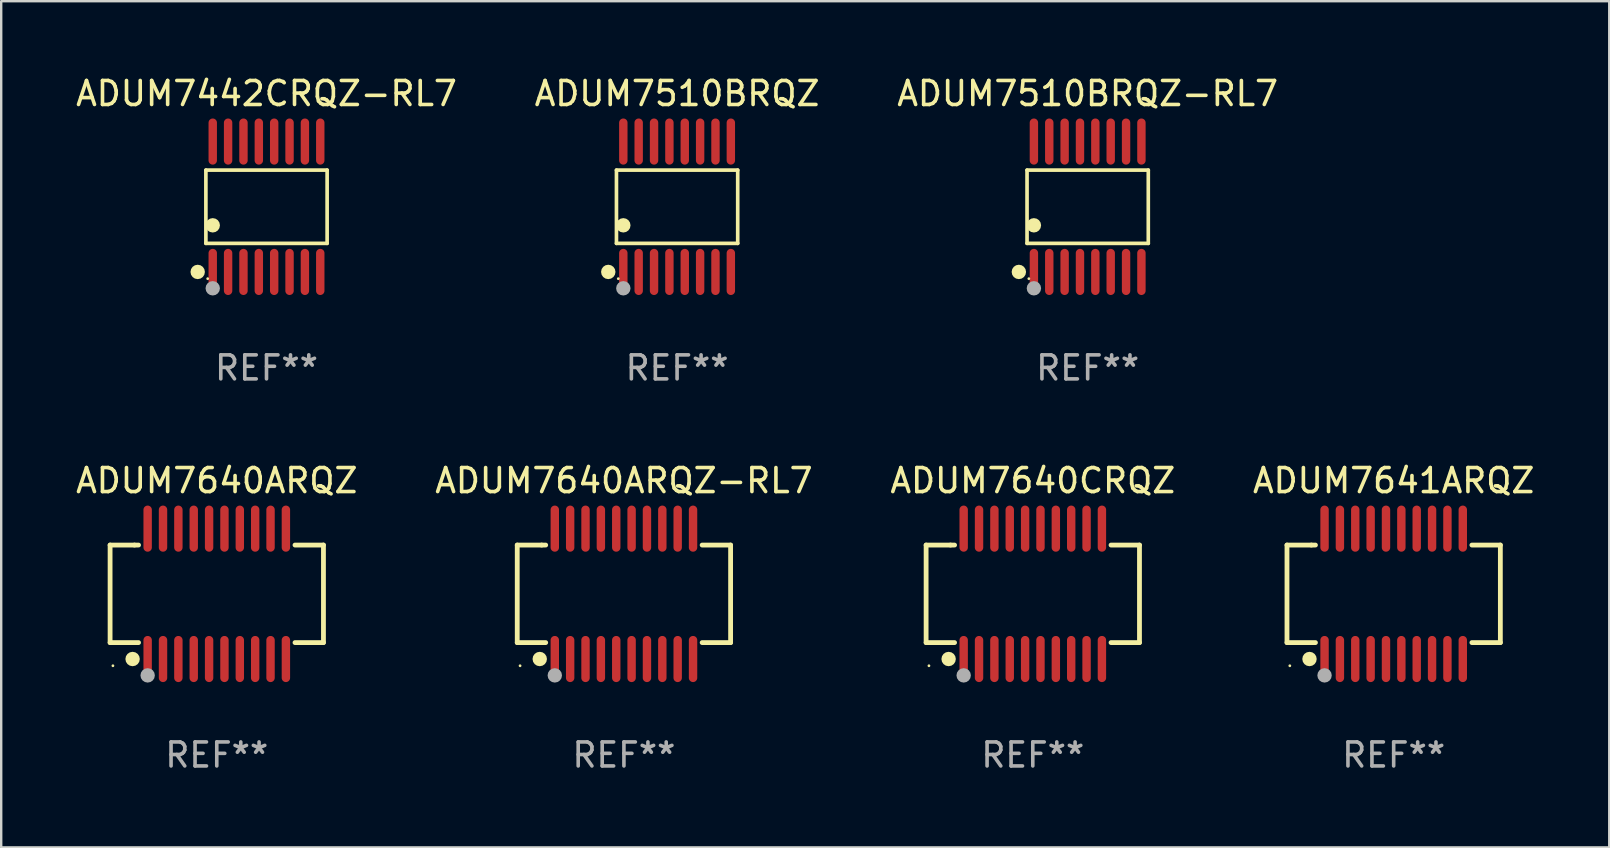
<source format=kicad_pcb>
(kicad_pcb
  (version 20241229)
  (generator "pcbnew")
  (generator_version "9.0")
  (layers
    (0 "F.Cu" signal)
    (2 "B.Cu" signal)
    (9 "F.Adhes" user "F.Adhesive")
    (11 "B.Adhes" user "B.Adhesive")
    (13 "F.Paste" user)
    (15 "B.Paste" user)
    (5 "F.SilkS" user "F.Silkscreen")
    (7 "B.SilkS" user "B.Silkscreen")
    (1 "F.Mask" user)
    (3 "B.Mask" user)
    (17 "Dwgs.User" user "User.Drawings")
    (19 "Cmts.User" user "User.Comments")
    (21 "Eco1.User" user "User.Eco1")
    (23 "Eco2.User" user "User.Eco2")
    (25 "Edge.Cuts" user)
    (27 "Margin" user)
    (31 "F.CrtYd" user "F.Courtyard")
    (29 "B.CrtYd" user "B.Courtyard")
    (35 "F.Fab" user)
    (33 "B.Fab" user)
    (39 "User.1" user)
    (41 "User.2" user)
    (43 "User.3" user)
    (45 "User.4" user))
  (footprint "ADUM7640CRQZ"
    (layer "F.Cu")
    (at 39.982 21.692)
    (property "Reference" "ADUM7640CRQZ" (at 0 -4.716 0) (layer "F.SilkS") (effects (font (size 1 1) (thickness 0.15))))
    (attr through_hole)
    (fp_line (start -4.445 -2.032) (end -4.445 2.032) (stroke (width 0.2) (type solid)) (layer "F.SilkS"))
    (fp_line (start -4.445 2.032) (end -3.259 2.032) (stroke (width 0.2) (type solid)) (layer "F.SilkS"))
    (fp_line (start -3.429 -2.032) (end -4.445 -2.032) (stroke (width 0.2) (type solid)) (layer "F.SilkS"))
    (fp_line (start -3.259 -2.032) (end -3.429 -2.032) (stroke (width 0.2) (type solid)) (layer "F.SilkS"))
    (fp_line (start 3.259 2.032) (end 4.445 2.032) (stroke (width 0.2) (type solid)) (layer "F.SilkS"))
    (fp_line (start 4.445 -2.032) (end 3.259 -2.032) (stroke (width 0.2) (type solid)) (layer "F.SilkS"))
    (fp_line (start 4.445 2.032) (end 4.445 -2.032) (stroke (width 0.2) (type solid)) (layer "F.SilkS"))
    (fp_circle (center -4.327 2.997) (end -4.297 2.997) (stroke (width 0.06) (type solid)) (fill no) (layer "F.SilkS"))
    (fp_circle (center -3.507 2.716) (end -3.357 2.716) (stroke (width 0.3) (type solid)) (fill no) (layer "F.SilkS"))
    (fp_circle (center -2.88 3.398) (end -2.73 3.398) (stroke (width 0.3) (type solid)) (fill no) (layer "F.Fab"))
    (fp_text user "REF**" (at 0 6.716 0) (layer "F.Fab") (effects (font (size 1 1) (thickness 0.15))))
    (pad "1" smd oval (at -2.88 2.716) (size 0.35 1.922) (layers "F.Cu" "F.Mask" "F.Paste"))
    (pad "2" smd oval (at -2.24 2.716) (size 0.35 1.922) (layers "F.Cu" "F.Mask" "F.Paste"))
    (pad "3" smd oval (at -1.6 2.716) (size 0.35 1.922) (layers "F.Cu" "F.Mask" "F.Paste"))
    (pad "4" smd oval (at -0.96 2.716) (size 0.35 1.922) (layers "F.Cu" "F.Mask" "F.Paste"))
    (pad "5" smd oval (at -0.32 2.716) (size 0.35 1.922) (layers "F.Cu" "F.Mask" "F.Paste"))
    (pad "6" smd oval (at 0.32 2.716) (size 0.35 1.922) (layers "F.Cu" "F.Mask" "F.Paste"))
    (pad "7" smd oval (at 0.96 2.716) (size 0.35 1.922) (layers "F.Cu" "F.Mask" "F.Paste"))
    (pad "8" smd oval (at 1.6 2.716) (size 0.35 1.922) (layers "F.Cu" "F.Mask" "F.Paste"))
    (pad "9" smd oval (at 2.24 2.716) (size 0.35 1.922) (layers "F.Cu" "F.Mask" "F.Paste"))
    (pad "10" smd oval (at 2.88 2.716) (size 0.35 1.922) (layers "F.Cu" "F.Mask" "F.Paste"))
    (pad "11" smd oval (at 2.88 -2.716) (size 0.35 1.922) (layers "F.Cu" "F.Mask" "F.Paste"))
    (pad "12" smd oval (at 2.24 -2.716) (size 0.35 1.922) (layers "F.Cu" "F.Mask" "F.Paste"))
    (pad "13" smd oval (at 1.6 -2.716) (size 0.35 1.922) (layers "F.Cu" "F.Mask" "F.Paste"))
    (pad "14" smd oval (at 0.96 -2.716) (size 0.35 1.922) (layers "F.Cu" "F.Mask" "F.Paste"))
    (pad "15" smd oval (at 0.32 -2.716) (size 0.35 1.922) (layers "F.Cu" "F.Mask" "F.Paste"))
    (pad "16" smd oval (at -0.32 -2.716) (size 0.35 1.922) (layers "F.Cu" "F.Mask" "F.Paste"))
    (pad "17" smd oval (at -0.96 -2.716) (size 0.35 1.922) (layers "F.Cu" "F.Mask" "F.Paste"))
    (pad "18" smd oval (at -1.6 -2.716) (size 0.35 1.922) (layers "F.Cu" "F.Mask" "F.Paste"))
    (pad "19" smd oval (at -2.24 -2.716) (size 0.35 1.922) (layers "F.Cu" "F.Mask" "F.Paste"))
    (pad "20" smd oval (at -2.88 -2.716) (size 0.35 1.922) (layers "F.Cu" "F.Mask" "F.Paste")))
  (footprint "ADUM7510BRQZ-RL7"
    (layer "F.Cu")
    (at 42.268 5.564)
    (property "Reference" "ADUM7510BRQZ-RL7" (at 0 -4.716 0) (layer "F.SilkS") (effects (font (size 1 1) (thickness 0.15))))
    (attr through_hole)
    (fp_line (start -2.526 -1.526) (end 2.526 -1.526) (stroke (width 0.152) (type solid)) (layer "F.SilkS"))
    (fp_line (start -2.526 1.526) (end -2.526 -1.526) (stroke (width 0.152) (type solid)) (layer "F.SilkS"))
    (fp_line (start 2.526 -1.526) (end 2.526 1.526) (stroke (width 0.152) (type solid)) (layer "F.SilkS"))
    (fp_line (start 2.526 1.526) (end -2.526 1.526) (stroke (width 0.152) (type solid)) (layer "F.SilkS"))
    (fp_circle (center -2.867 2.716) (end -2.717 2.716) (stroke (width 0.3) (type solid)) (fill no) (layer "F.SilkS"))
    (fp_circle (center -2.45 2.997) (end -2.42 2.997) (stroke (width 0.06) (type solid)) (fill no) (layer "F.SilkS"))
    (fp_circle (center -2.24 0.774) (end -2.09 0.774) (stroke (width 0.3) (type solid)) (fill no) (layer "F.SilkS"))
    (fp_circle (center -2.24 3.398) (end -2.09 3.398) (stroke (width 0.3) (type solid)) (fill no) (layer "F.Fab"))
    (fp_text user "REF**" (at 0 6.716 0) (layer "F.Fab") (effects (font (size 1 1) (thickness 0.15))))
    (pad "1" smd oval (at -2.24 2.716) (size 0.35 1.922) (layers "F.Cu" "F.Mask" "F.Paste"))
    (pad "2" smd oval (at -1.6 2.716) (size 0.35 1.922) (layers "F.Cu" "F.Mask" "F.Paste"))
    (pad "3" smd oval (at -0.96 2.716) (size 0.35 1.922) (layers "F.Cu" "F.Mask" "F.Paste"))
    (pad "4" smd oval (at -0.32 2.716) (size 0.35 1.922) (layers "F.Cu" "F.Mask" "F.Paste"))
    (pad "5" smd oval (at 0.32 2.716) (size 0.35 1.922) (layers "F.Cu" "F.Mask" "F.Paste"))
    (pad "6" smd oval (at 0.96 2.716) (size 0.35 1.922) (layers "F.Cu" "F.Mask" "F.Paste"))
    (pad "7" smd oval (at 1.6 2.716) (size 0.35 1.922) (layers "F.Cu" "F.Mask" "F.Paste"))
    (pad "8" smd oval (at 2.24 2.716) (size 0.35 1.922) (layers "F.Cu" "F.Mask" "F.Paste"))
    (pad "9" smd oval (at 2.24 -2.716) (size 0.35 1.922) (layers "F.Cu" "F.Mask" "F.Paste"))
    (pad "10" smd oval (at 1.6 -2.716) (size 0.35 1.922) (layers "F.Cu" "F.Mask" "F.Paste"))
    (pad "11" smd oval (at 0.96 -2.716) (size 0.35 1.922) (layers "F.Cu" "F.Mask" "F.Paste"))
    (pad "12" smd oval (at 0.32 -2.716) (size 0.35 1.922) (layers "F.Cu" "F.Mask" "F.Paste"))
    (pad "13" smd oval (at -0.32 -2.716) (size 0.35 1.922) (layers "F.Cu" "F.Mask" "F.Paste"))
    (pad "14" smd oval (at -0.96 -2.716) (size 0.35 1.922) (layers "F.Cu" "F.Mask" "F.Paste"))
    (pad "15" smd oval (at -1.6 -2.716) (size 0.35 1.922) (layers "F.Cu" "F.Mask" "F.Paste"))
    (pad "16" smd oval (at -2.24 -2.716) (size 0.35 1.922) (layers "F.Cu" "F.Mask" "F.Paste")))
  (footprint "ADUM7640ARQZ"
    (layer "F.Cu")
    (at 5.982 21.692)
    (property "Reference" "ADUM7640ARQZ" (at 0 -4.716 0) (layer "F.SilkS") (effects (font (size 1 1) (thickness 0.15))))
    (attr through_hole)
    (fp_line (start -4.445 -2.032) (end -4.445 2.032) (stroke (width 0.2) (type solid)) (layer "F.SilkS"))
    (fp_line (start -4.445 2.032) (end -3.259 2.032) (stroke (width 0.2) (type solid)) (layer "F.SilkS"))
    (fp_line (start -3.429 -2.032) (end -4.445 -2.032) (stroke (width 0.2) (type solid)) (layer "F.SilkS"))
    (fp_line (start -3.259 -2.032) (end -3.429 -2.032) (stroke (width 0.2) (type solid)) (layer "F.SilkS"))
    (fp_line (start 3.259 2.032) (end 4.445 2.032) (stroke (width 0.2) (type solid)) (layer "F.SilkS"))
    (fp_line (start 4.445 -2.032) (end 3.259 -2.032) (stroke (width 0.2) (type solid)) (layer "F.SilkS"))
    (fp_line (start 4.445 2.032) (end 4.445 -2.032) (stroke (width 0.2) (type solid)) (layer "F.SilkS"))
    (fp_circle (center -4.327 2.997) (end -4.297 2.997) (stroke (width 0.06) (type solid)) (fill no) (layer "F.SilkS"))
    (fp_circle (center -3.507 2.716) (end -3.357 2.716) (stroke (width 0.3) (type solid)) (fill no) (layer "F.SilkS"))
    (fp_circle (center -2.88 3.398) (end -2.73 3.398) (stroke (width 0.3) (type solid)) (fill no) (layer "F.Fab"))
    (fp_text user "REF**" (at 0 6.716 0) (layer "F.Fab") (effects (font (size 1 1) (thickness 0.15))))
    (pad "1" smd oval (at -2.88 2.716) (size 0.35 1.922) (layers "F.Cu" "F.Mask" "F.Paste"))
    (pad "2" smd oval (at -2.24 2.716) (size 0.35 1.922) (layers "F.Cu" "F.Mask" "F.Paste"))
    (pad "3" smd oval (at -1.6 2.716) (size 0.35 1.922) (layers "F.Cu" "F.Mask" "F.Paste"))
    (pad "4" smd oval (at -0.96 2.716) (size 0.35 1.922) (layers "F.Cu" "F.Mask" "F.Paste"))
    (pad "5" smd oval (at -0.32 2.716) (size 0.35 1.922) (layers "F.Cu" "F.Mask" "F.Paste"))
    (pad "6" smd oval (at 0.32 2.716) (size 0.35 1.922) (layers "F.Cu" "F.Mask" "F.Paste"))
    (pad "7" smd oval (at 0.96 2.716) (size 0.35 1.922) (layers "F.Cu" "F.Mask" "F.Paste"))
    (pad "8" smd oval (at 1.6 2.716) (size 0.35 1.922) (layers "F.Cu" "F.Mask" "F.Paste"))
    (pad "9" smd oval (at 2.24 2.716) (size 0.35 1.922) (layers "F.Cu" "F.Mask" "F.Paste"))
    (pad "10" smd oval (at 2.88 2.716) (size 0.35 1.922) (layers "F.Cu" "F.Mask" "F.Paste"))
    (pad "11" smd oval (at 2.88 -2.716) (size 0.35 1.922) (layers "F.Cu" "F.Mask" "F.Paste"))
    (pad "12" smd oval (at 2.24 -2.716) (size 0.35 1.922) (layers "F.Cu" "F.Mask" "F.Paste"))
    (pad "13" smd oval (at 1.6 -2.716) (size 0.35 1.922) (layers "F.Cu" "F.Mask" "F.Paste"))
    (pad "14" smd oval (at 0.96 -2.716) (size 0.35 1.922) (layers "F.Cu" "F.Mask" "F.Paste"))
    (pad "15" smd oval (at 0.32 -2.716) (size 0.35 1.922) (layers "F.Cu" "F.Mask" "F.Paste"))
    (pad "16" smd oval (at -0.32 -2.716) (size 0.35 1.922) (layers "F.Cu" "F.Mask" "F.Paste"))
    (pad "17" smd oval (at -0.96 -2.716) (size 0.35 1.922) (layers "F.Cu" "F.Mask" "F.Paste"))
    (pad "18" smd oval (at -1.6 -2.716) (size 0.35 1.922) (layers "F.Cu" "F.Mask" "F.Paste"))
    (pad "19" smd oval (at -2.24 -2.716) (size 0.35 1.922) (layers "F.Cu" "F.Mask" "F.Paste"))
    (pad "20" smd oval (at -2.88 -2.716) (size 0.35 1.922) (layers "F.Cu" "F.Mask" "F.Paste")))
  (footprint "ADUM7442CRQZ-RL7"
    (layer "F.Cu")
    (at 8.054 5.564)
    (property "Reference" "ADUM7442CRQZ-RL7" (at 0 -4.716 0) (layer "F.SilkS") (effects (font (size 1 1) (thickness 0.15))))
    (attr through_hole)
    (fp_line (start -2.526 -1.526) (end 2.526 -1.526) (stroke (width 0.152) (type solid)) (layer "F.SilkS"))
    (fp_line (start -2.526 1.526) (end -2.526 -1.526) (stroke (width 0.152) (type solid)) (layer "F.SilkS"))
    (fp_line (start 2.526 -1.526) (end 2.526 1.526) (stroke (width 0.152) (type solid)) (layer "F.SilkS"))
    (fp_line (start 2.526 1.526) (end -2.526 1.526) (stroke (width 0.152) (type solid)) (layer "F.SilkS"))
    (fp_circle (center -2.867 2.716) (end -2.717 2.716) (stroke (width 0.3) (type solid)) (fill no) (layer "F.SilkS"))
    (fp_circle (center -2.45 2.997) (end -2.42 2.997) (stroke (width 0.06) (type solid)) (fill no) (layer "F.SilkS"))
    (fp_circle (center -2.24 0.774) (end -2.09 0.774) (stroke (width 0.3) (type solid)) (fill no) (layer "F.SilkS"))
    (fp_circle (center -2.24 3.398) (end -2.09 3.398) (stroke (width 0.3) (type solid)) (fill no) (layer "F.Fab"))
    (fp_text user "REF**" (at 0 6.716 0) (layer "F.Fab") (effects (font (size 1 1) (thickness 0.15))))
    (pad "1" smd oval (at -2.24 2.716) (size 0.35 1.922) (layers "F.Cu" "F.Mask" "F.Paste"))
    (pad "2" smd oval (at -1.6 2.716) (size 0.35 1.922) (layers "F.Cu" "F.Mask" "F.Paste"))
    (pad "3" smd oval (at -0.96 2.716) (size 0.35 1.922) (layers "F.Cu" "F.Mask" "F.Paste"))
    (pad "4" smd oval (at -0.32 2.716) (size 0.35 1.922) (layers "F.Cu" "F.Mask" "F.Paste"))
    (pad "5" smd oval (at 0.32 2.716) (size 0.35 1.922) (layers "F.Cu" "F.Mask" "F.Paste"))
    (pad "6" smd oval (at 0.96 2.716) (size 0.35 1.922) (layers "F.Cu" "F.Mask" "F.Paste"))
    (pad "7" smd oval (at 1.6 2.716) (size 0.35 1.922) (layers "F.Cu" "F.Mask" "F.Paste"))
    (pad "8" smd oval (at 2.24 2.716) (size 0.35 1.922) (layers "F.Cu" "F.Mask" "F.Paste"))
    (pad "9" smd oval (at 2.24 -2.716) (size 0.35 1.922) (layers "F.Cu" "F.Mask" "F.Paste"))
    (pad "10" smd oval (at 1.6 -2.716) (size 0.35 1.922) (layers "F.Cu" "F.Mask" "F.Paste"))
    (pad "11" smd oval (at 0.96 -2.716) (size 0.35 1.922) (layers "F.Cu" "F.Mask" "F.Paste"))
    (pad "12" smd oval (at 0.32 -2.716) (size 0.35 1.922) (layers "F.Cu" "F.Mask" "F.Paste"))
    (pad "13" smd oval (at -0.32 -2.716) (size 0.35 1.922) (layers "F.Cu" "F.Mask" "F.Paste"))
    (pad "14" smd oval (at -0.96 -2.716) (size 0.35 1.922) (layers "F.Cu" "F.Mask" "F.Paste"))
    (pad "15" smd oval (at -1.6 -2.716) (size 0.35 1.922) (layers "F.Cu" "F.Mask" "F.Paste"))
    (pad "16" smd oval (at -2.24 -2.716) (size 0.35 1.922) (layers "F.Cu" "F.Mask" "F.Paste")))
  (footprint "ADUM7641ARQZ"
    (layer "F.Cu")
    (at 55.018 21.692)
    (property "Reference" "ADUM7641ARQZ" (at 0 -4.716 0) (layer "F.SilkS") (effects (font (size 1 1) (thickness 0.15))))
    (attr through_hole)
    (fp_line (start -4.445 -2.032) (end -4.445 2.032) (stroke (width 0.2) (type solid)) (layer "F.SilkS"))
    (fp_line (start -4.445 2.032) (end -3.259 2.032) (stroke (width 0.2) (type solid)) (layer "F.SilkS"))
    (fp_line (start -3.429 -2.032) (end -4.445 -2.032) (stroke (width 0.2) (type solid)) (layer "F.SilkS"))
    (fp_line (start -3.259 -2.032) (end -3.429 -2.032) (stroke (width 0.2) (type solid)) (layer "F.SilkS"))
    (fp_line (start 3.259 2.032) (end 4.445 2.032) (stroke (width 0.2) (type solid)) (layer "F.SilkS"))
    (fp_line (start 4.445 -2.032) (end 3.259 -2.032) (stroke (width 0.2) (type solid)) (layer "F.SilkS"))
    (fp_line (start 4.445 2.032) (end 4.445 -2.032) (stroke (width 0.2) (type solid)) (layer "F.SilkS"))
    (fp_circle (center -4.327 2.997) (end -4.297 2.997) (stroke (width 0.06) (type solid)) (fill no) (layer "F.SilkS"))
    (fp_circle (center -3.507 2.716) (end -3.357 2.716) (stroke (width 0.3) (type solid)) (fill no) (layer "F.SilkS"))
    (fp_circle (center -2.88 3.398) (end -2.73 3.398) (stroke (width 0.3) (type solid)) (fill no) (layer "F.Fab"))
    (fp_text user "REF**" (at 0 6.716 0) (layer "F.Fab") (effects (font (size 1 1) (thickness 0.15))))
    (pad "1" smd oval (at -2.88 2.716) (size 0.35 1.922) (layers "F.Cu" "F.Mask" "F.Paste"))
    (pad "2" smd oval (at -2.24 2.716) (size 0.35 1.922) (layers "F.Cu" "F.Mask" "F.Paste"))
    (pad "3" smd oval (at -1.6 2.716) (size 0.35 1.922) (layers "F.Cu" "F.Mask" "F.Paste"))
    (pad "4" smd oval (at -0.96 2.716) (size 0.35 1.922) (layers "F.Cu" "F.Mask" "F.Paste"))
    (pad "5" smd oval (at -0.32 2.716) (size 0.35 1.922) (layers "F.Cu" "F.Mask" "F.Paste"))
    (pad "6" smd oval (at 0.32 2.716) (size 0.35 1.922) (layers "F.Cu" "F.Mask" "F.Paste"))
    (pad "7" smd oval (at 0.96 2.716) (size 0.35 1.922) (layers "F.Cu" "F.Mask" "F.Paste"))
    (pad "8" smd oval (at 1.6 2.716) (size 0.35 1.922) (layers "F.Cu" "F.Mask" "F.Paste"))
    (pad "9" smd oval (at 2.24 2.716) (size 0.35 1.922) (layers "F.Cu" "F.Mask" "F.Paste"))
    (pad "10" smd oval (at 2.88 2.716) (size 0.35 1.922) (layers "F.Cu" "F.Mask" "F.Paste"))
    (pad "11" smd oval (at 2.88 -2.716) (size 0.35 1.922) (layers "F.Cu" "F.Mask" "F.Paste"))
    (pad "12" smd oval (at 2.24 -2.716) (size 0.35 1.922) (layers "F.Cu" "F.Mask" "F.Paste"))
    (pad "13" smd oval (at 1.6 -2.716) (size 0.35 1.922) (layers "F.Cu" "F.Mask" "F.Paste"))
    (pad "14" smd oval (at 0.96 -2.716) (size 0.35 1.922) (layers "F.Cu" "F.Mask" "F.Paste"))
    (pad "15" smd oval (at 0.32 -2.716) (size 0.35 1.922) (layers "F.Cu" "F.Mask" "F.Paste"))
    (pad "16" smd oval (at -0.32 -2.716) (size 0.35 1.922) (layers "F.Cu" "F.Mask" "F.Paste"))
    (pad "17" smd oval (at -0.96 -2.716) (size 0.35 1.922) (layers "F.Cu" "F.Mask" "F.Paste"))
    (pad "18" smd oval (at -1.6 -2.716) (size 0.35 1.922) (layers "F.Cu" "F.Mask" "F.Paste"))
    (pad "19" smd oval (at -2.24 -2.716) (size 0.35 1.922) (layers "F.Cu" "F.Mask" "F.Paste"))
    (pad "20" smd oval (at -2.88 -2.716) (size 0.35 1.922) (layers "F.Cu" "F.Mask" "F.Paste")))
  (footprint "ADUM7640ARQZ-RL7"
    (layer "F.Cu")
    (at 22.946 21.692)
    (property "Reference" "ADUM7640ARQZ-RL7" (at 0 -4.716 0) (layer "F.SilkS") (effects (font (size 1 1) (thickness 0.15))))
    (attr through_hole)
    (fp_line (start -4.445 -2.032) (end -4.445 2.032) (stroke (width 0.2) (type solid)) (layer "F.SilkS"))
    (fp_line (start -4.445 2.032) (end -3.259 2.032) (stroke (width 0.2) (type solid)) (layer "F.SilkS"))
    (fp_line (start -3.429 -2.032) (end -4.445 -2.032) (stroke (width 0.2) (type solid)) (layer "F.SilkS"))
    (fp_line (start -3.259 -2.032) (end -3.429 -2.032) (stroke (width 0.2) (type solid)) (layer "F.SilkS"))
    (fp_line (start 3.259 2.032) (end 4.445 2.032) (stroke (width 0.2) (type solid)) (layer "F.SilkS"))
    (fp_line (start 4.445 -2.032) (end 3.259 -2.032) (stroke (width 0.2) (type solid)) (layer "F.SilkS"))
    (fp_line (start 4.445 2.032) (end 4.445 -2.032) (stroke (width 0.2) (type solid)) (layer "F.SilkS"))
    (fp_circle (center -4.327 2.997) (end -4.297 2.997) (stroke (width 0.06) (type solid)) (fill no) (layer "F.SilkS"))
    (fp_circle (center -3.507 2.716) (end -3.357 2.716) (stroke (width 0.3) (type solid)) (fill no) (layer "F.SilkS"))
    (fp_circle (center -2.88 3.398) (end -2.73 3.398) (stroke (width 0.3) (type solid)) (fill no) (layer "F.Fab"))
    (fp_text user "REF**" (at 0 6.716 0) (layer "F.Fab") (effects (font (size 1 1) (thickness 0.15))))
    (pad "1" smd oval (at -2.88 2.716) (size 0.35 1.922) (layers "F.Cu" "F.Mask" "F.Paste"))
    (pad "2" smd oval (at -2.24 2.716) (size 0.35 1.922) (layers "F.Cu" "F.Mask" "F.Paste"))
    (pad "3" smd oval (at -1.6 2.716) (size 0.35 1.922) (layers "F.Cu" "F.Mask" "F.Paste"))
    (pad "4" smd oval (at -0.96 2.716) (size 0.35 1.922) (layers "F.Cu" "F.Mask" "F.Paste"))
    (pad "5" smd oval (at -0.32 2.716) (size 0.35 1.922) (layers "F.Cu" "F.Mask" "F.Paste"))
    (pad "6" smd oval (at 0.32 2.716) (size 0.35 1.922) (layers "F.Cu" "F.Mask" "F.Paste"))
    (pad "7" smd oval (at 0.96 2.716) (size 0.35 1.922) (layers "F.Cu" "F.Mask" "F.Paste"))
    (pad "8" smd oval (at 1.6 2.716) (size 0.35 1.922) (layers "F.Cu" "F.Mask" "F.Paste"))
    (pad "9" smd oval (at 2.24 2.716) (size 0.35 1.922) (layers "F.Cu" "F.Mask" "F.Paste"))
    (pad "10" smd oval (at 2.88 2.716) (size 0.35 1.922) (layers "F.Cu" "F.Mask" "F.Paste"))
    (pad "11" smd oval (at 2.88 -2.716) (size 0.35 1.922) (layers "F.Cu" "F.Mask" "F.Paste"))
    (pad "12" smd oval (at 2.24 -2.716) (size 0.35 1.922) (layers "F.Cu" "F.Mask" "F.Paste"))
    (pad "13" smd oval (at 1.6 -2.716) (size 0.35 1.922) (layers "F.Cu" "F.Mask" "F.Paste"))
    (pad "14" smd oval (at 0.96 -2.716) (size 0.35 1.922) (layers "F.Cu" "F.Mask" "F.Paste"))
    (pad "15" smd oval (at 0.32 -2.716) (size 0.35 1.922) (layers "F.Cu" "F.Mask" "F.Paste"))
    (pad "16" smd oval (at -0.32 -2.716) (size 0.35 1.922) (layers "F.Cu" "F.Mask" "F.Paste"))
    (pad "17" smd oval (at -0.96 -2.716) (size 0.35 1.922) (layers "F.Cu" "F.Mask" "F.Paste"))
    (pad "18" smd oval (at -1.6 -2.716) (size 0.35 1.922) (layers "F.Cu" "F.Mask" "F.Paste"))
    (pad "19" smd oval (at -2.24 -2.716) (size 0.35 1.922) (layers "F.Cu" "F.Mask" "F.Paste"))
    (pad "20" smd oval (at -2.88 -2.716) (size 0.35 1.922) (layers "F.Cu" "F.Mask" "F.Paste")))
  (footprint "ADUM7510BRQZ"
    (layer "F.Cu")
    (at 25.161 5.564)
    (property "Reference" "ADUM7510BRQZ" (at 0 -4.716 0) (layer "F.SilkS") (effects (font (size 1 1) (thickness 0.15))))
    (attr through_hole)
    (fp_line (start -2.526 -1.526) (end 2.526 -1.526) (stroke (width 0.152) (type solid)) (layer "F.SilkS"))
    (fp_line (start -2.526 1.526) (end -2.526 -1.526) (stroke (width 0.152) (type solid)) (layer "F.SilkS"))
    (fp_line (start 2.526 -1.526) (end 2.526 1.526) (stroke (width 0.152) (type solid)) (layer "F.SilkS"))
    (fp_line (start 2.526 1.526) (end -2.526 1.526) (stroke (width 0.152) (type solid)) (layer "F.SilkS"))
    (fp_circle (center -2.867 2.716) (end -2.717 2.716) (stroke (width 0.3) (type solid)) (fill no) (layer "F.SilkS"))
    (fp_circle (center -2.45 2.997) (end -2.42 2.997) (stroke (width 0.06) (type solid)) (fill no) (layer "F.SilkS"))
    (fp_circle (center -2.24 0.774) (end -2.09 0.774) (stroke (width 0.3) (type solid)) (fill no) (layer "F.SilkS"))
    (fp_circle (center -2.24 3.398) (end -2.09 3.398) (stroke (width 0.3) (type solid)) (fill no) (layer "F.Fab"))
    (fp_text user "REF**" (at 0 6.716 0) (layer "F.Fab") (effects (font (size 1 1) (thickness 0.15))))
    (pad "1" smd oval (at -2.24 2.716) (size 0.35 1.922) (layers "F.Cu" "F.Mask" "F.Paste"))
    (pad "2" smd oval (at -1.6 2.716) (size 0.35 1.922) (layers "F.Cu" "F.Mask" "F.Paste"))
    (pad "3" smd oval (at -0.96 2.716) (size 0.35 1.922) (layers "F.Cu" "F.Mask" "F.Paste"))
    (pad "4" smd oval (at -0.32 2.716) (size 0.35 1.922) (layers "F.Cu" "F.Mask" "F.Paste"))
    (pad "5" smd oval (at 0.32 2.716) (size 0.35 1.922) (layers "F.Cu" "F.Mask" "F.Paste"))
    (pad "6" smd oval (at 0.96 2.716) (size 0.35 1.922) (layers "F.Cu" "F.Mask" "F.Paste"))
    (pad "7" smd oval (at 1.6 2.716) (size 0.35 1.922) (layers "F.Cu" "F.Mask" "F.Paste"))
    (pad "8" smd oval (at 2.24 2.716) (size 0.35 1.922) (layers "F.Cu" "F.Mask" "F.Paste"))
    (pad "9" smd oval (at 2.24 -2.716) (size 0.35 1.922) (layers "F.Cu" "F.Mask" "F.Paste"))
    (pad "10" smd oval (at 1.6 -2.716) (size 0.35 1.922) (layers "F.Cu" "F.Mask" "F.Paste"))
    (pad "11" smd oval (at 0.96 -2.716) (size 0.35 1.922) (layers "F.Cu" "F.Mask" "F.Paste"))
    (pad "12" smd oval (at 0.32 -2.716) (size 0.35 1.922) (layers "F.Cu" "F.Mask" "F.Paste"))
    (pad "13" smd oval (at -0.32 -2.716) (size 0.35 1.922) (layers "F.Cu" "F.Mask" "F.Paste"))
    (pad "14" smd oval (at -0.96 -2.716) (size 0.35 1.922) (layers "F.Cu" "F.Mask" "F.Paste"))
    (pad "15" smd oval (at -1.6 -2.716) (size 0.35 1.922) (layers "F.Cu" "F.Mask" "F.Paste"))
    (pad "16" smd oval (at -2.24 -2.716) (size 0.35 1.922) (layers "F.Cu" "F.Mask" "F.Paste")))
  (gr_rect
    (start -3 -3)
    (end 64 32.256)
    (stroke (width 0.1) (type default))
    (fill no)
    (layer "Edge.Cuts")))
</source>
